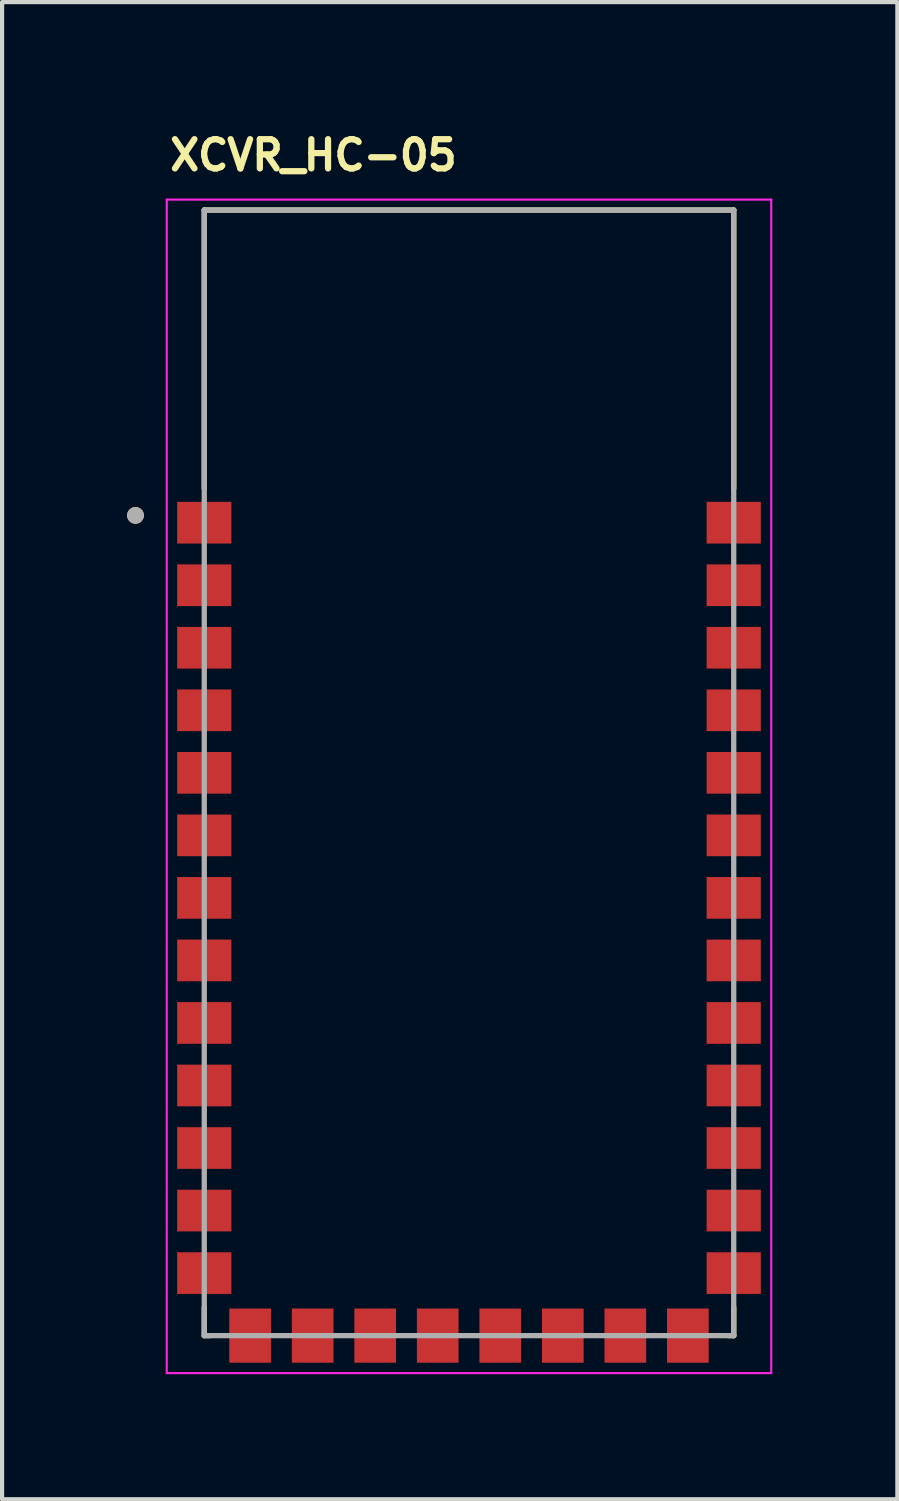
<source format=kicad_pcb>
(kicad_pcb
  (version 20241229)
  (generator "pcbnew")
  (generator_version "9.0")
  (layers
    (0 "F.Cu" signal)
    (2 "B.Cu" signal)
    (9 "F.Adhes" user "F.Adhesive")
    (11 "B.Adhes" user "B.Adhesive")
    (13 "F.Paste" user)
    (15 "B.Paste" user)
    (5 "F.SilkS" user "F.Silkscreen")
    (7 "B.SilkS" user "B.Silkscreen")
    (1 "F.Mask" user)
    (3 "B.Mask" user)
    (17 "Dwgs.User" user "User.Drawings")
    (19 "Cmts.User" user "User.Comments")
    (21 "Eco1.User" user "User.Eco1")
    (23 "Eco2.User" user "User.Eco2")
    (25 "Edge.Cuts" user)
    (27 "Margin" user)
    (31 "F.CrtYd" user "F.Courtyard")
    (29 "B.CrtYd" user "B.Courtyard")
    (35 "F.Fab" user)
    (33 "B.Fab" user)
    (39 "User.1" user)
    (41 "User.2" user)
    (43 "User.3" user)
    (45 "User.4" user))
  (footprint "XCVR_HC-05"
    (layer "F.Cu")
    (at 8.2 15.813)
    (property "Reference" "XCVR_HC-05" (at -3.732 -15.14 0) (layer "F.SilkS") (effects (font (size 0.701 0.701) (thickness 0.15))))
    (attr through_hole)
    (fp_line (start -6.35 -13.825) (end 6.35 -13.825) (stroke (width 0.127) (type solid)) (layer "F.SilkS"))
    (fp_line (start -6.35 -7.145) (end -6.35 -13.825) (stroke (width 0.127) (type solid)) (layer "F.SilkS"))
    (fp_line (start -6.35 12.495) (end -6.35 13.175) (stroke (width 0.127) (type solid)) (layer "F.SilkS"))
    (fp_line (start -6.35 13.175) (end -6.22 13.175) (stroke (width 0.127) (type solid)) (layer "F.SilkS"))
    (fp_line (start 6.22 13.175) (end 6.35 13.175) (stroke (width 0.127) (type solid)) (layer "F.SilkS"))
    (fp_line (start 6.35 -13.825) (end 6.35 -7.145) (stroke (width 0.127) (type solid)) (layer "F.SilkS"))
    (fp_line (start 6.35 13.175) (end 6.35 12.495) (stroke (width 0.127) (type solid)) (layer "F.SilkS"))
    (fp_circle (center -8 -6.5) (end -7.9 -6.5) (stroke (width 0.2) (type solid)) (fill no) (layer "F.SilkS"))
    (fp_line (start -7.25 -14.075) (end 7.25 -14.075) (stroke (width 0.05) (type solid)) (layer "F.CrtYd"))
    (fp_line (start -7.25 14.075) (end -7.25 -14.075) (stroke (width 0.05) (type solid)) (layer "F.CrtYd"))
    (fp_line (start 7.25 -14.075) (end 7.25 14.075) (stroke (width 0.05) (type solid)) (layer "F.CrtYd"))
    (fp_line (start 7.25 14.075) (end -7.25 14.075) (stroke (width 0.05) (type solid)) (layer "F.CrtYd"))
    (fp_line (start -6.35 -13.825) (end 6.35 -13.825) (stroke (width 0.127) (type solid)) (layer "F.Fab"))
    (fp_line (start -6.35 13.175) (end -6.35 -13.825) (stroke (width 0.127) (type solid)) (layer "F.Fab"))
    (fp_line (start 6.35 -13.825) (end 6.35 13.175) (stroke (width 0.127) (type solid)) (layer "F.Fab"))
    (fp_line (start 6.35 13.175) (end -6.35 13.175) (stroke (width 0.127) (type solid)) (layer "F.Fab"))
    (fp_circle (center -8 -6.5) (end -7.9 -6.5) (stroke (width 0.2) (type solid)) (fill no) (layer "F.Fab"))
    (pad "1" smd rect (at -6.35 -6.325) (size 1.3 1) (layers "F.Cu" "F.Mask" "F.Paste"))
    (pad "2" smd rect (at -6.35 -4.825) (size 1.3 1) (layers "F.Cu" "F.Mask" "F.Paste"))
    (pad "3" smd rect (at -6.35 -3.325) (size 1.3 1) (layers "F.Cu" "F.Mask" "F.Paste"))
    (pad "4" smd rect (at -6.35 -1.825) (size 1.3 1) (layers "F.Cu" "F.Mask" "F.Paste"))
    (pad "5" smd rect (at -6.35 -0.325) (size 1.3 1) (layers "F.Cu" "F.Mask" "F.Paste"))
    (pad "6" smd rect (at -6.35 1.175) (size 1.3 1) (layers "F.Cu" "F.Mask" "F.Paste"))
    (pad "7" smd rect (at -6.35 2.675) (size 1.3 1) (layers "F.Cu" "F.Mask" "F.Paste"))
    (pad "8" smd rect (at -6.35 4.175) (size 1.3 1) (layers "F.Cu" "F.Mask" "F.Paste"))
    (pad "9" smd rect (at -6.35 5.675) (size 1.3 1) (layers "F.Cu" "F.Mask" "F.Paste"))
    (pad "10" smd rect (at -6.35 7.175) (size 1.3 1) (layers "F.Cu" "F.Mask" "F.Paste"))
    (pad "11" smd rect (at -6.35 8.675) (size 1.3 1) (layers "F.Cu" "F.Mask" "F.Paste"))
    (pad "12" smd rect (at -6.35 10.175) (size 1.3 1) (layers "F.Cu" "F.Mask" "F.Paste"))
    (pad "13" smd rect (at -6.35 11.675) (size 1.3 1) (layers "F.Cu" "F.Mask" "F.Paste"))
    (pad "14" smd rect (at -5.25 13.175 90) (size 1.3 1) (layers "F.Cu" "F.Mask" "F.Paste"))
    (pad "15" smd rect (at -3.75 13.175 90) (size 1.3 1) (layers "F.Cu" "F.Mask" "F.Paste"))
    (pad "16" smd rect (at -2.25 13.175 90) (size 1.3 1) (layers "F.Cu" "F.Mask" "F.Paste"))
    (pad "17" smd rect (at -0.75 13.175 90) (size 1.3 1) (layers "F.Cu" "F.Mask" "F.Paste"))
    (pad "18" smd rect (at 0.75 13.175 90) (size 1.3 1) (layers "F.Cu" "F.Mask" "F.Paste"))
    (pad "19" smd rect (at 2.25 13.175 90) (size 1.3 1) (layers "F.Cu" "F.Mask" "F.Paste"))
    (pad "20" smd rect (at 3.75 13.175 90) (size 1.3 1) (layers "F.Cu" "F.Mask" "F.Paste"))
    (pad "21" smd rect (at 5.25 13.175 90) (size 1.3 1) (layers "F.Cu" "F.Mask" "F.Paste"))
    (pad "22" smd rect (at 6.35 11.675 180) (size 1.3 1) (layers "F.Cu" "F.Mask" "F.Paste"))
    (pad "23" smd rect (at 6.35 10.175 180) (size 1.3 1) (layers "F.Cu" "F.Mask" "F.Paste"))
    (pad "24" smd rect (at 6.35 8.675 180) (size 1.3 1) (layers "F.Cu" "F.Mask" "F.Paste"))
    (pad "25" smd rect (at 6.35 7.175 180) (size 1.3 1) (layers "F.Cu" "F.Mask" "F.Paste"))
    (pad "26" smd rect (at 6.35 5.675 180) (size 1.3 1) (layers "F.Cu" "F.Mask" "F.Paste"))
    (pad "27" smd rect (at 6.35 4.175 180) (size 1.3 1) (layers "F.Cu" "F.Mask" "F.Paste"))
    (pad "28" smd rect (at 6.35 2.675 180) (size 1.3 1) (layers "F.Cu" "F.Mask" "F.Paste"))
    (pad "29" smd rect (at 6.35 1.175 180) (size 1.3 1) (layers "F.Cu" "F.Mask" "F.Paste"))
    (pad "30" smd rect (at 6.35 -0.325 180) (size 1.3 1) (layers "F.Cu" "F.Mask" "F.Paste"))
    (pad "31" smd rect (at 6.35 -1.825 180) (size 1.3 1) (layers "F.Cu" "F.Mask" "F.Paste"))
    (pad "32" smd rect (at 6.35 -3.325 180) (size 1.3 1) (layers "F.Cu" "F.Mask" "F.Paste"))
    (pad "33" smd rect (at 6.35 -4.825 180) (size 1.3 1) (layers "F.Cu" "F.Mask" "F.Paste"))
    (pad "34" smd rect (at 6.35 -6.325 180) (size 1.3 1) (layers "F.Cu" "F.Mask" "F.Paste"))
    (zone (net_name "") (layer "F.Cu") (hatch full 0.508) (connect_pads) (min_thickness 0.01) (filled_areas_thickness no) (keepout (tracks not_allowed) (vias not_allowed) (pads not_allowed) (copperpour not_allowed) (footprints allowed)) (placement (enabled no)) (fill) (polygon (pts (xy 1.85 1.963) (xy 14.55 1.963) (xy 14.55 8.863) (xy 1.85 8.863))))
    (zone (net_name "") (layers "F.Cu" "B.Cu") (hatch full 0.508) (connect_pads) (min_thickness 0.01) (filled_areas_thickness no) (keepout (tracks allowed) (vias not_allowed) (pads allowed) (copperpour allowed) (footprints allowed)) (placement (enabled no)) (fill) (polygon (pts (xy 1.85 1.963) (xy 14.55 1.963) (xy 14.55 8.863) (xy 1.85 8.863))))
    (zone (net_name "") (layer "B.Cu") (hatch full 0.508) (connect_pads) (min_thickness 0.01) (filled_areas_thickness no) (keepout (tracks not_allowed) (vias not_allowed) (pads not_allowed) (copperpour not_allowed) (footprints allowed)) (placement (enabled no)) (fill) (polygon (pts (xy 1.85 1.963) (xy 14.55 1.963) (xy 14.55 8.863) (xy 1.85 8.863)))))
  (gr_rect
    (start -3 -3)
    (end 18.475 32.913)
    (stroke (width 0.1) (type default))
    (fill no)
    (layer "Edge.Cuts")))
</source>
